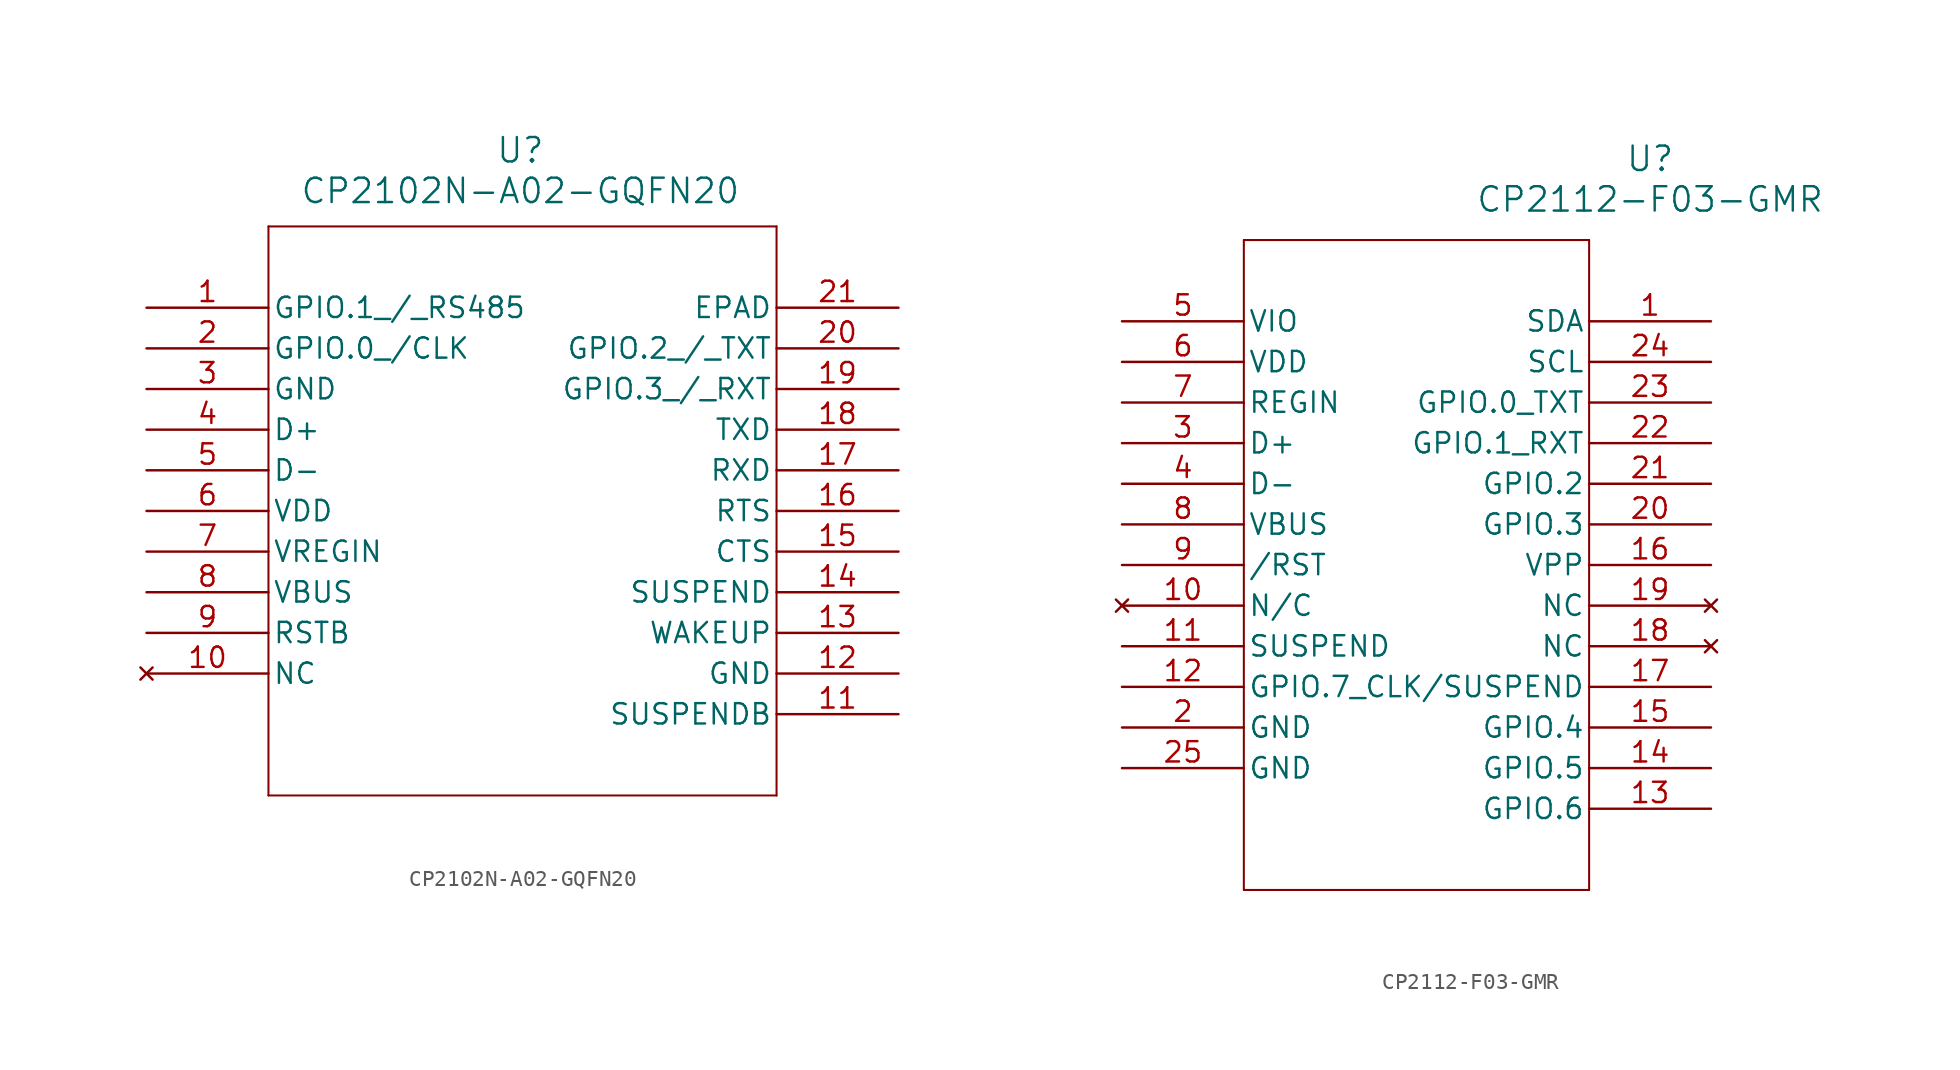
<source format=kicad_sym>
(kicad_symbol_lib
  (version 20241209)
  (generator "kicad_symbol_editor")
  (generator_version "9.0")
  (symbol "CP2102N-A02-GQFN20"
    (pin_names
      (offset 0.254))
    (property "Reference" "U"
      (at 0.5 22.54 0)
      (effects (font (size 1.524 1.524))))
    (property "Value" "CP2102N-A02-GQFN20"
      (at 0.5 20 0)
      (effects (font (size 1.524 1.524))))
    (property "ki_locked" ""
      (at 0 0 0)
      (effects (font (size 1.27 1.27))))
    (symbol "CP2102N-A02-GQFN20_0_1"
      (polyline (pts (xy -15.24 17.78) (xy -15.24 -17.78)) (stroke (width 0.127) (type default)) (fill (type none)))
      (polyline (pts (xy -15.24 17.78) (xy 16.51 17.78)) (stroke (width 0.127) (type default)) (fill (type none)))
      (polyline (pts (xy -15.24 -17.78) (xy 16.51 -17.78)) (stroke (width 0.127) (type default)) (fill (type none)))
      (polyline (pts (xy 16.51 17.78) (xy 16.51 -17.78)) (stroke (width 0.127) (type default)) (fill (type none)))
      (pin bidirectional line (at -22.86 12.7 0) (length 7.62) (name "GPIO.1_/_RS485" (effects (font (size 1.27 1.27)))) (number "1" (effects (font (size 1.27 1.27)))))
      (pin bidirectional line (at -22.86 10.16 0) (length 7.62) (name "GPIO.0_/CLK" (effects (font (size 1.27 1.27)))) (number "2" (effects (font (size 1.27 1.27)))))
      (pin power_out line (at -22.86 7.62 0) (length 7.62) (name "GND" (effects (font (size 1.27 1.27)))) (number "3" (effects (font (size 1.27 1.27)))))
      (pin unspecified line (at -22.86 5.08 0) (length 7.62) (name "D+" (effects (font (size 1.27 1.27)))) (number "4" (effects (font (size 1.27 1.27)))))
      (pin unspecified line (at -22.86 2.54 0) (length 7.62) (name "D-" (effects (font (size 1.27 1.27)))) (number "5" (effects (font (size 1.27 1.27)))))
      (pin power_in line (at -22.86 0 0) (length 7.62) (name "VDD" (effects (font (size 1.27 1.27)))) (number "6" (effects (font (size 1.27 1.27)))))
      (pin unspecified line (at -22.86 -2.54 0) (length 7.62) (name "VREGIN" (effects (font (size 1.27 1.27)))) (number "7" (effects (font (size 1.27 1.27)))))
      (pin unspecified line (at -22.86 -5.08 0) (length 7.62) (name "VBUS" (effects (font (size 1.27 1.27)))) (number "8" (effects (font (size 1.27 1.27)))))
      (pin unspecified line (at -22.86 -7.62 0) (length 7.62) (name "RSTB" (effects (font (size 1.27 1.27)))) (number "9" (effects (font (size 1.27 1.27)))))
      (pin no_connect line (at -22.86 -10.16 0) (length 7.62) (name "NC" (effects (font (size 1.27 1.27)))) (number "10" (effects (font (size 1.27 1.27)))))
      (pin power_out line (at 24.13 12.7 180) (length 7.62) (name "EPAD" (effects (font (size 1.27 1.27)))) (number "21" (effects (font (size 1.27 1.27)))))
      (pin bidirectional line (at 24.13 10.16 180) (length 7.62) (name "GPIO.2_/_TXT" (effects (font (size 1.27 1.27)))) (number "20" (effects (font (size 1.27 1.27)))))
      (pin bidirectional line (at 24.13 7.62 180) (length 7.62) (name "GPIO.3_/_RXT" (effects (font (size 1.27 1.27)))) (number "19" (effects (font (size 1.27 1.27)))))
      (pin unspecified line (at 24.13 5.08 180) (length 7.62) (name "TXD" (effects (font (size 1.27 1.27)))) (number "18" (effects (font (size 1.27 1.27)))))
      (pin unspecified line (at 24.13 2.54 180) (length 7.62) (name "RXD" (effects (font (size 1.27 1.27)))) (number "17" (effects (font (size 1.27 1.27)))))
      (pin unspecified line (at 24.13 0 180) (length 7.62) (name "RTS" (effects (font (size 1.27 1.27)))) (number "16" (effects (font (size 1.27 1.27)))))
      (pin unspecified line (at 24.13 -2.54 180) (length 7.62) (name "CTS" (effects (font (size 1.27 1.27)))) (number "15" (effects (font (size 1.27 1.27)))))
      (pin unspecified line (at 24.13 -5.08 180) (length 7.62) (name "SUSPEND" (effects (font (size 1.27 1.27)))) (number "14" (effects (font (size 1.27 1.27)))))
      (pin unspecified line (at 24.13 -7.62 180) (length 7.62) (name "WAKEUP" (effects (font (size 1.27 1.27)))) (number "13" (effects (font (size 1.27 1.27)))))
      (pin power_out line (at 24.13 -10.16 180) (length 7.62) (name "GND" (effects (font (size 1.27 1.27)))) (number "12" (effects (font (size 1.27 1.27)))))
      (pin unspecified line (at 24.13 -12.7 180) (length 7.62) (name "SUSPENDB" (effects (font (size 1.27 1.27)))) (number "11" (effects (font (size 1.27 1.27)))))))
  (symbol "CP2112-F03-GMR"
    (pin_names
      (offset 0.254))
    (property "Reference" "U"
      (at 33.02 10.16 0)
      (effects (font (size 1.524 1.524))))
    (property "Value" "CP2112-F03-GMR"
      (at 33.02 7.62 0)
      (effects (font (size 1.524 1.524))))
    (symbol "CP2112-F03-GMR_0_1"
      (polyline (pts (xy 7.62 5.08) (xy 7.62 -35.56)) (stroke (width 0.127) (type default)) (fill (type none)))
      (polyline (pts (xy 7.62 -35.56) (xy 29.21 -35.56)) (stroke (width 0.127) (type default)) (fill (type none)))
      (polyline (pts (xy 29.21 5.08) (xy 7.62 5.08)) (stroke (width 0.127) (type default)) (fill (type none)))
      (polyline (pts (xy 29.21 -35.56) (xy 29.21 5.08)) (stroke (width 0.127) (type default)) (fill (type none)))
      (pin power_in line (at 0 0 0) (length 7.62) (name "VIO" (effects (font (size 1.27 1.27)))) (number "5" (effects (font (size 1.27 1.27)))))
      (pin power_in line (at 0 -2.54 0) (length 7.62) (name "VDD" (effects (font (size 1.27 1.27)))) (number "6" (effects (font (size 1.27 1.27)))))
      (pin power_in line (at 0 -5.08 0) (length 7.62) (name "REGIN" (effects (font (size 1.27 1.27)))) (number "7" (effects (font (size 1.27 1.27)))))
      (pin bidirectional line (at 0 -7.62 0) (length 7.62) (name "D+" (effects (font (size 1.27 1.27)))) (number "3" (effects (font (size 1.27 1.27)))))
      (pin bidirectional line (at 0 -10.16 0) (length 7.62) (name "D-" (effects (font (size 1.27 1.27)))) (number "4" (effects (font (size 1.27 1.27)))))
      (pin input line (at 0 -12.7 0) (length 7.62) (name "VBUS" (effects (font (size 1.27 1.27)))) (number "8" (effects (font (size 1.27 1.27)))))
      (pin bidirectional line (at 0 -15.24 0) (length 7.62) (name "/RST" (effects (font (size 1.27 1.27)))) (number "9" (effects (font (size 1.27 1.27)))))
      (pin no_connect line (at 0 -17.78 0) (length 7.62) (name "N/C" (effects (font (size 1.27 1.27)))) (number "10" (effects (font (size 1.27 1.27)))))
      (pin output line (at 0 -20.32 0) (length 7.62) (name "SUSPEND" (effects (font (size 1.27 1.27)))) (number "11" (effects (font (size 1.27 1.27)))))
      (pin bidirectional line (at 0 -22.86 0) (length 7.62) (name "GPIO.7_CLK" (effects (font (size 1.27 1.27)))) (number "12" (effects (font (size 1.27 1.27)))))
      (pin power_out line (at 0 -25.4 0) (length 7.62) (name "GND" (effects (font (size 1.27 1.27)))) (number "2" (effects (font (size 1.27 1.27)))))
      (pin power_out line (at 0 -27.94 0) (length 7.62) (name "GND" (effects (font (size 1.27 1.27)))) (number "25" (effects (font (size 1.27 1.27)))))
      (pin bidirectional line (at 36.83 0 180) (length 7.62) (name "SDA" (effects (font (size 1.27 1.27)))) (number "1" (effects (font (size 1.27 1.27)))))
      (pin bidirectional line (at 36.83 -2.54 180) (length 7.62) (name "SCL" (effects (font (size 1.27 1.27)))) (number "24" (effects (font (size 1.27 1.27)))))
      (pin bidirectional line (at 36.83 -5.08 180) (length 7.62) (name "GPIO.0_TXT" (effects (font (size 1.27 1.27)))) (number "23" (effects (font (size 1.27 1.27)))))
      (pin bidirectional line (at 36.83 -7.62 180) (length 7.62) (name "GPIO.1_RXT" (effects (font (size 1.27 1.27)))) (number "22" (effects (font (size 1.27 1.27)))))
      (pin bidirectional line (at 36.83 -10.16 180) (length 7.62) (name "GPIO.2" (effects (font (size 1.27 1.27)))) (number "21" (effects (font (size 1.27 1.27)))))
      (pin bidirectional line (at 36.83 -12.7 180) (length 7.62) (name "GPIO.3" (effects (font (size 1.27 1.27)))) (number "20" (effects (font (size 1.27 1.27)))))
      (pin power_in line (at 36.83 -15.24 180) (length 7.62) (name "VPP" (effects (font (size 1.27 1.27)))) (number "16" (effects (font (size 1.27 1.27)))))
      (pin no_connect line (at 36.83 -17.78 180) (length 7.62) (name "NC" (effects (font (size 1.27 1.27)))) (number "19" (effects (font (size 1.27 1.27)))))
      (pin no_connect line (at 36.83 -20.32 180) (length 7.62) (name "NC" (effects (font (size 1.27 1.27)))) (number "18" (effects (font (size 1.27 1.27)))))
      (pin output line (at 36.83 -22.86 180) (length 7.62) (name "/SUSPEND" (effects (font (size 1.27 1.27)))) (number "17" (effects (font (size 1.27 1.27)))))
      (pin bidirectional line (at 36.83 -25.4 180) (length 7.62) (name "GPIO.4" (effects (font (size 1.27 1.27)))) (number "15" (effects (font (size 1.27 1.27)))))
      (pin bidirectional line (at 36.83 -27.94 180) (length 7.62) (name "GPIO.5" (effects (font (size 1.27 1.27)))) (number "14" (effects (font (size 1.27 1.27)))))
      (pin bidirectional line (at 36.83 -30.48 180) (length 7.62) (name "GPIO.6" (effects (font (size 1.27 1.27)))) (number "13" (effects (font (size 1.27 1.27))))))))
</source>
